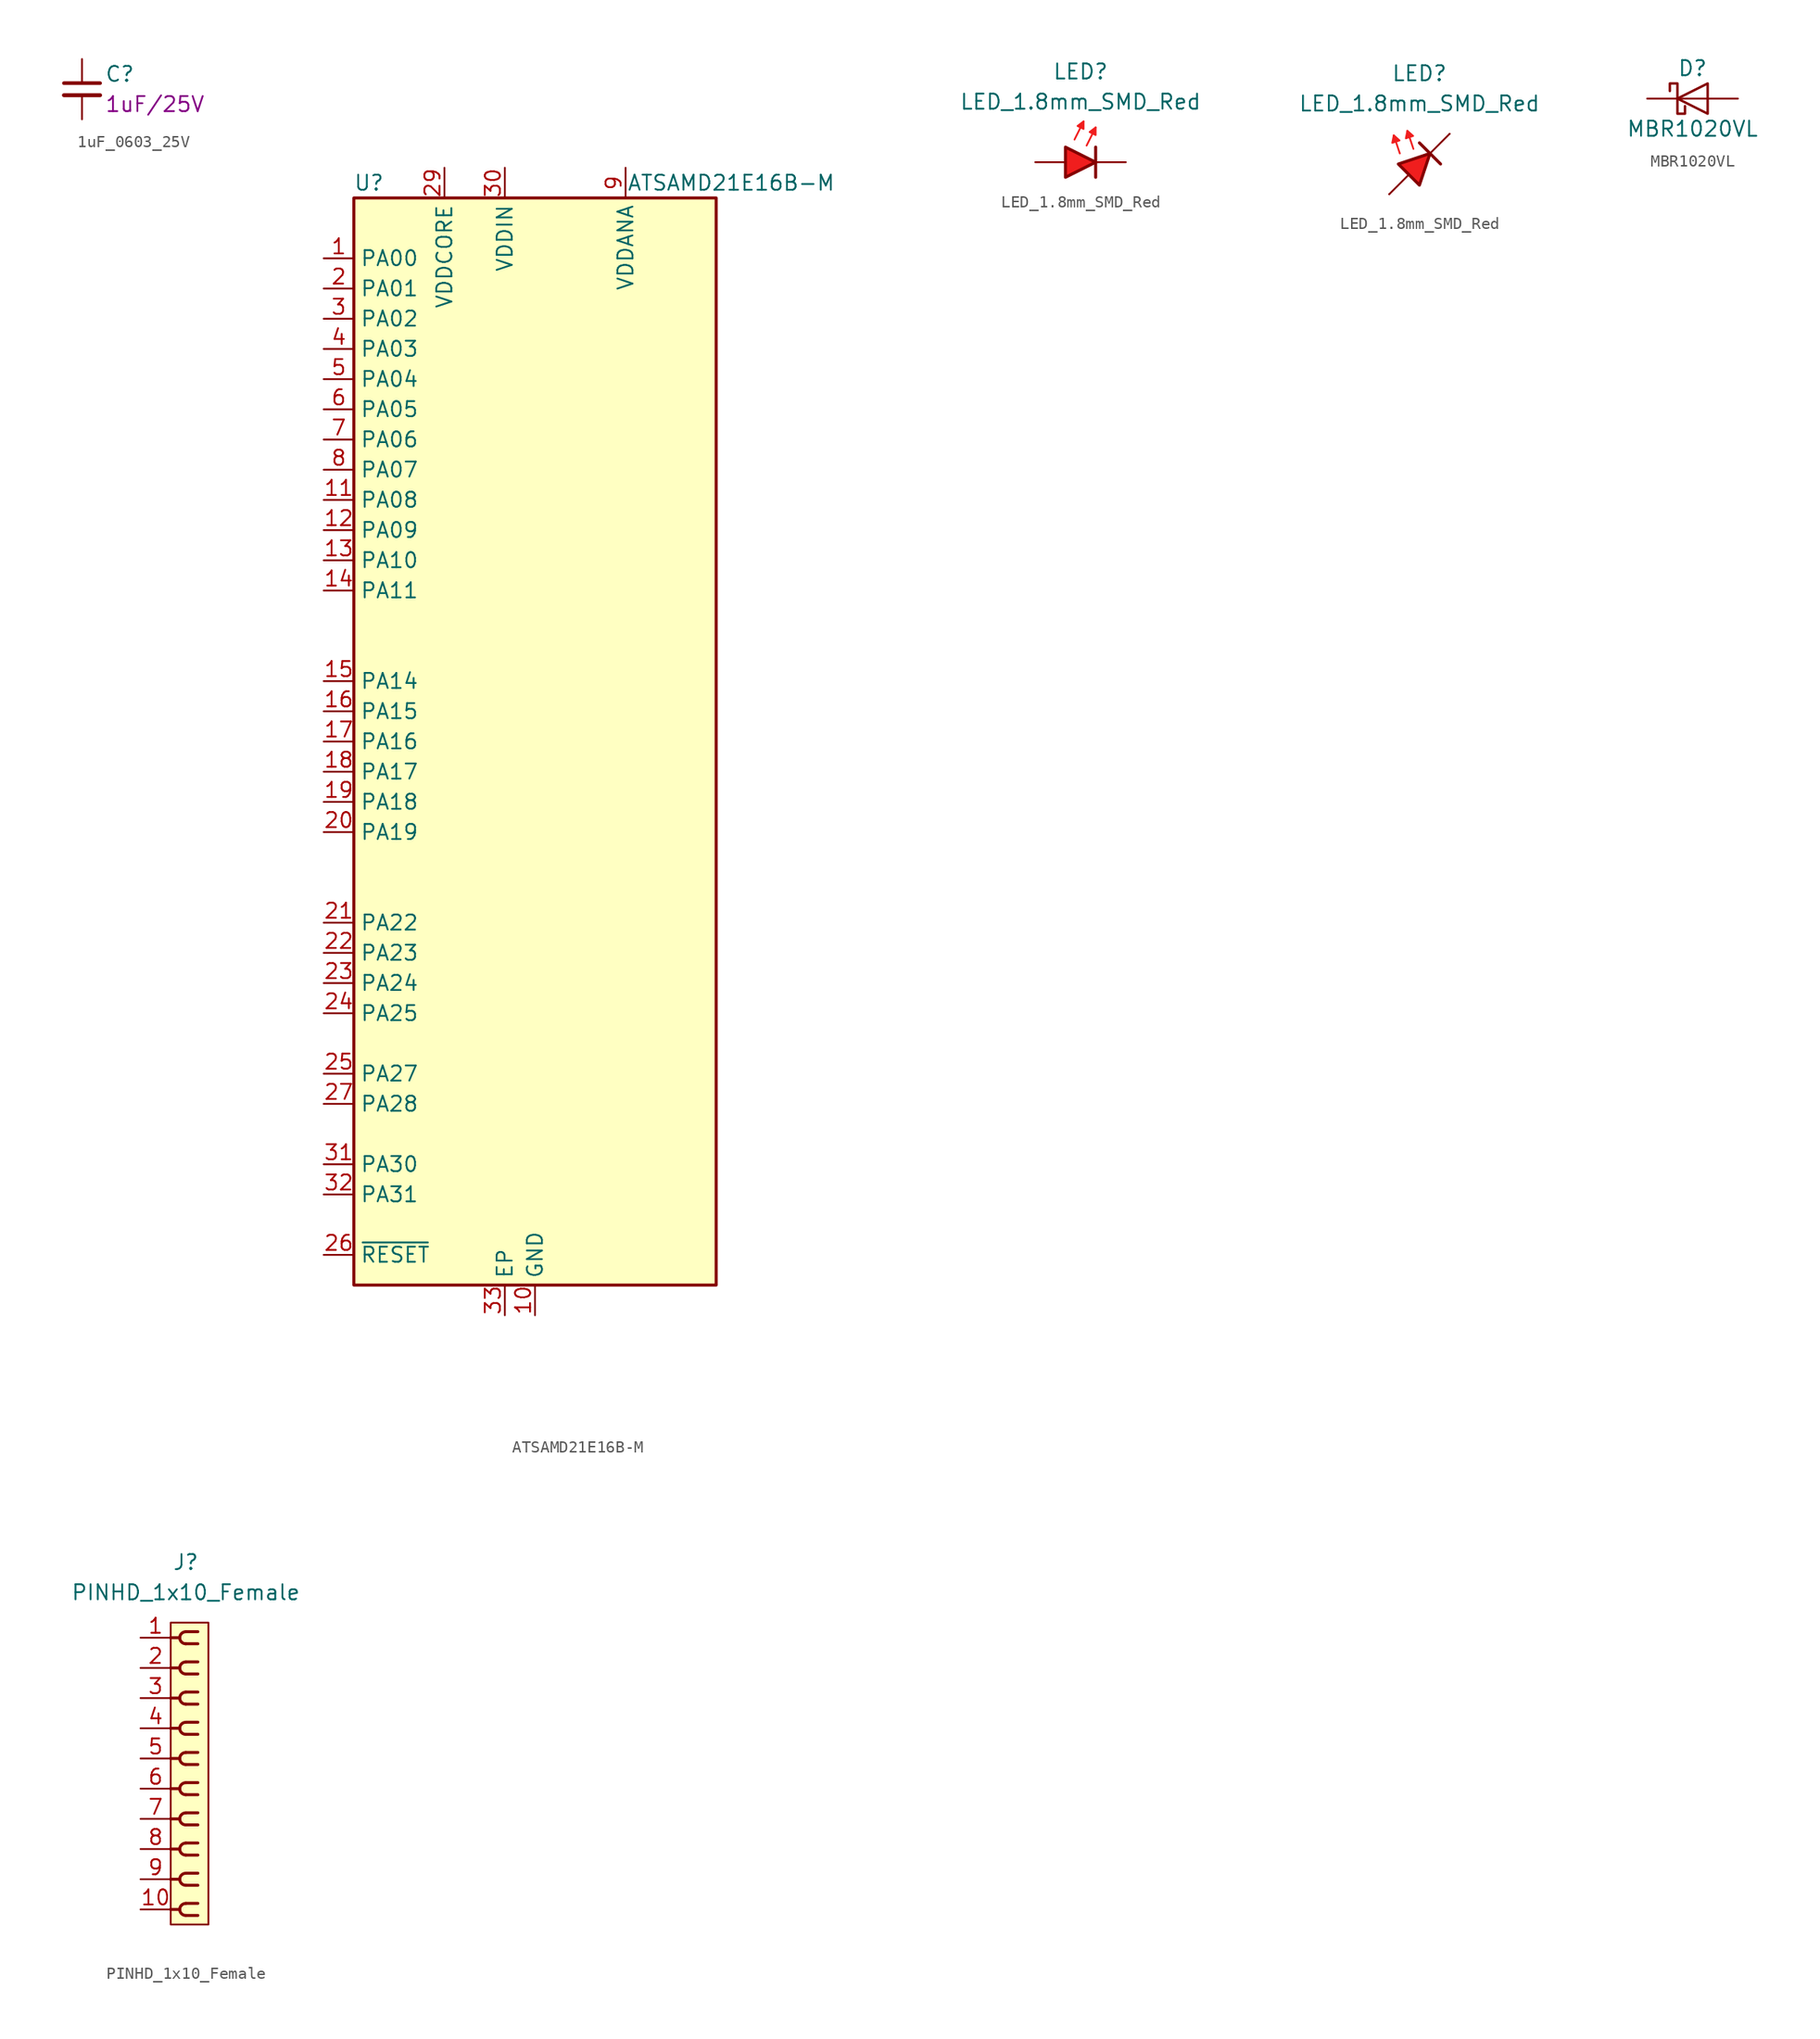
<source format=kicad_sym>
(kicad_symbol_lib
  (version 20241209)
  (generator "kicad_symbol_editor")
  (generator_version "9.0")
  (symbol "1uF_0603_25V"
    (pin_numbers
      (hide yes))
    (pin_names
      (offset 0.254)
      (hide yes))
    (property "Reference" "C"
      (at 1.905 1.27 0)
      (effects (font (size 1.27 1.27)) (justify left)))
    (property "Display" "1uF/25V"
      (at 1.905 -1.27 0)
      (effects (font (size 1.27 1.27)) (justify left)))
    (symbol "1uF_0603_25V_0_1"
      (polyline (pts (xy -1.524 0.508) (xy 1.524 0.508)) (stroke (width 0.305) (type default)) (fill (type none)))
      (polyline (pts (xy -1.524 -0.508) (xy 1.524 -0.508)) (stroke (width 0.33) (type default)) (fill (type none))))
    (symbol "1uF_0603_25V_1_1"
      (pin passive line (at 0 2.54 270) (length 2.032) (name "~" (effects (font (size 1.27 1.27)))) (number "1" (effects (font (size 1.27 1.27)))))
      (pin passive line (at 0 -2.54 90) (length 2.032) (name "~" (effects (font (size 1.27 1.27)))) (number "2" (effects (font (size 1.27 1.27)))))))
  (symbol "ATSAMD21E16B-M"
    (property "Reference" "U"
      (at -13.97 46.99 0)
      (effects (font (size 1.27 1.27))))
    (property "Value" "ATSAMD21E16B-M"
      (at 16.51 46.99 0)
      (effects (font (size 1.27 1.27))))
    (symbol "ATSAMD21E16B-M_1_1"
      (rectangle (start -15.24 45.72) (end 15.24 -45.72) (stroke (width 0.254) (type default)) (fill (type background)))
      (pin bidirectional line (at -17.78 40.64 0) (length 2.54) (name "PA00" (effects (font (size 1.27 1.27)))) (number "1" (effects (font (size 1.27 1.27)))))
      (pin bidirectional line (at -17.78 38.1 0) (length 2.54) (name "PA01" (effects (font (size 1.27 1.27)))) (number "2" (effects (font (size 1.27 1.27)))))
      (pin bidirectional line (at -17.78 35.56 0) (length 2.54) (name "PA02" (effects (font (size 1.27 1.27)))) (number "3" (effects (font (size 1.27 1.27)))))
      (pin bidirectional line (at -17.78 33.02 0) (length 2.54) (name "PA03" (effects (font (size 1.27 1.27)))) (number "4" (effects (font (size 1.27 1.27)))))
      (pin bidirectional line (at -17.78 30.48 0) (length 2.54) (name "PA04" (effects (font (size 1.27 1.27)))) (number "5" (effects (font (size 1.27 1.27)))))
      (pin bidirectional line (at -17.78 27.94 0) (length 2.54) (name "PA05" (effects (font (size 1.27 1.27)))) (number "6" (effects (font (size 1.27 1.27)))))
      (pin bidirectional line (at -17.78 25.4 0) (length 2.54) (name "PA06" (effects (font (size 1.27 1.27)))) (number "7" (effects (font (size 1.27 1.27)))))
      (pin bidirectional line (at -17.78 22.86 0) (length 2.54) (name "PA07" (effects (font (size 1.27 1.27)))) (number "8" (effects (font (size 1.27 1.27)))))
      (pin bidirectional line (at -17.78 20.32 0) (length 2.54) (name "PA08" (effects (font (size 1.27 1.27)))) (number "11" (effects (font (size 1.27 1.27)))))
      (pin bidirectional line (at -17.78 17.78 0) (length 2.54) (name "PA09" (effects (font (size 1.27 1.27)))) (number "12" (effects (font (size 1.27 1.27)))))
      (pin bidirectional line (at -17.78 15.24 0) (length 2.54) (name "PA10" (effects (font (size 1.27 1.27)))) (number "13" (effects (font (size 1.27 1.27)))))
      (pin bidirectional line (at -17.78 12.7 0) (length 2.54) (name "PA11" (effects (font (size 1.27 1.27)))) (number "14" (effects (font (size 1.27 1.27)))))
      (pin bidirectional line (at -17.78 5.08 0) (length 2.54) (name "PA14" (effects (font (size 1.27 1.27)))) (number "15" (effects (font (size 1.27 1.27)))))
      (pin bidirectional line (at -17.78 2.54 0) (length 2.54) (name "PA15" (effects (font (size 1.27 1.27)))) (number "16" (effects (font (size 1.27 1.27)))))
      (pin bidirectional line (at -17.78 0 0) (length 2.54) (name "PA16" (effects (font (size 1.27 1.27)))) (number "17" (effects (font (size 1.27 1.27)))))
      (pin bidirectional line (at -17.78 -2.54 0) (length 2.54) (name "PA17" (effects (font (size 1.27 1.27)))) (number "18" (effects (font (size 1.27 1.27)))))
      (pin bidirectional line (at -17.78 -5.08 0) (length 2.54) (name "PA18" (effects (font (size 1.27 1.27)))) (number "19" (effects (font (size 1.27 1.27)))))
      (pin bidirectional line (at -17.78 -7.62 0) (length 2.54) (name "PA19" (effects (font (size 1.27 1.27)))) (number "20" (effects (font (size 1.27 1.27)))))
      (pin bidirectional line (at -17.78 -15.24 0) (length 2.54) (name "PA22" (effects (font (size 1.27 1.27)))) (number "21" (effects (font (size 1.27 1.27)))))
      (pin bidirectional line (at -17.78 -17.78 0) (length 2.54) (name "PA23" (effects (font (size 1.27 1.27)))) (number "22" (effects (font (size 1.27 1.27)))))
      (pin bidirectional line (at -17.78 -20.32 0) (length 2.54) (name "PA24" (effects (font (size 1.27 1.27)))) (number "23" (effects (font (size 1.27 1.27)))))
      (pin bidirectional line (at -17.78 -22.86 0) (length 2.54) (name "PA25" (effects (font (size 1.27 1.27)))) (number "24" (effects (font (size 1.27 1.27)))))
      (pin bidirectional line (at -17.78 -27.94 0) (length 2.54) (name "PA27" (effects (font (size 1.27 1.27)))) (number "25" (effects (font (size 1.27 1.27)))))
      (pin bidirectional line (at -17.78 -30.48 0) (length 2.54) (name "PA28" (effects (font (size 1.27 1.27)))) (number "27" (effects (font (size 1.27 1.27)))))
      (pin bidirectional line (at -17.78 -35.56 0) (length 2.54) (name "PA30" (effects (font (size 1.27 1.27)))) (number "31" (effects (font (size 1.27 1.27)))))
      (pin bidirectional line (at -17.78 -38.1 0) (length 2.54) (name "PA31" (effects (font (size 1.27 1.27)))) (number "32" (effects (font (size 1.27 1.27)))))
      (pin input line (at -17.78 -43.18 0) (length 2.54) (name "~{RESET}" (effects (font (size 1.27 1.27)))) (number "26" (effects (font (size 1.27 1.27)))))
      (pin power_out line (at -7.62 48.26 270) (length 2.54) (name "VDDCORE" (effects (font (size 1.27 1.27)))) (number "29" (effects (font (size 1.27 1.27)))))
      (pin power_in line (at -2.54 48.26 270) (length 2.54) (name "VDDIN" (effects (font (size 1.27 1.27)))) (number "30" (effects (font (size 1.27 1.27)))))
      (pin passive line (at -2.54 -48.26 90) (length 2.54) (name "EP" (effects (font (size 1.27 1.27)))) (number "33" (effects (font (size 1.27 1.27)))))
      (pin power_in line (at 0 -48.26 90) (length 2.54) (name "GND" (effects (font (size 1.27 1.27)))) (number "10" (effects (font (size 1.27 1.27)))))
      (pin passive line (at 0 -48.26 90) (length 2.54) (hide yes) (name "GND" (effects (font (size 1.27 1.27)))) (number "28" (effects (font (size 1.27 1.27)))))
      (pin power_in line (at 7.62 48.26 270) (length 2.54) (name "VDDANA" (effects (font (size 1.27 1.27)))) (number "9" (effects (font (size 1.27 1.27)))))))
  (symbol "LED_1.8mm_SMD_Red"
    (pin_numbers
      (hide yes))
    (pin_names
      (offset 1.016)
      (hide yes))
    (property "Reference" "LED"
      (at 0 7.62 0)
      (effects (font (size 1.27 1.27))))
    (property "Value" "LED_1.8mm_SMD_Red"
      (at 0 5.08 0)
      (effects (font (size 1.27 1.27))))
    (symbol "LED_1.8mm_SMD_Red_0_1"
      (polyline (pts (xy -1.27 1.27) (xy -1.27 -1.27) (xy 1.27 0) (xy -1.27 1.27)) (stroke (width 0.254) (type default)) (fill (type color) (color 240 30 30 1)))
      (polyline (pts (xy -0.508 1.905) (xy 0.254 3.429)) (stroke (width 0.152) (type default) (color 240 30 30 1)) (fill (type none)))
      (polyline (pts (xy 0.254 2.794) (xy -0.254 3.048) (xy 0.254 3.429) (xy 0.254 2.794)) (stroke (width 0) (type solid) (color 240 30 30 1)) (fill (type outline)))
      (polyline (pts (xy 0.508 1.397) (xy 1.27 2.921)) (stroke (width 0.152) (type default) (color 240 30 30 1)) (fill (type none)))
      (polyline (pts (xy 1.27 2.286) (xy 0.762 2.54) (xy 1.27 2.921) (xy 1.27 2.286)) (stroke (width 0.152) (type default) (color 240 30 30 1)) (fill (type outline)))
      (polyline (pts (xy 1.27 1.27) (xy 1.27 -1.27)) (stroke (width 0.254) (type default)) (fill (type none))))
    (symbol "LED_1.8mm_SMD_Red_0_2"
      (polyline (pts (xy -2.54 -2.54) (xy -0.889 -0.889)) (stroke (width 0) (type default)) (fill (type none)))
      (polyline (pts (xy -1.651 0.889) (xy -2.159 2.413)) (stroke (width 0) (type default) (color 240 30 30 1)) (fill (type none)))
      (polyline (pts (xy -0.889 -0.889) (xy -1.778 0) (xy 0.889 0.889) (xy 0 -1.778) (xy -0.889 -0.889)) (stroke (width 0.254) (type default)) (fill (type color) (color 240 30 30 1)))
      (polyline (pts (xy -0.508 1.27) (xy -1.016 2.794)) (stroke (width 0) (type default) (color 240 30 30 1)) (fill (type none)))
      (polyline (pts (xy 0 1.778) (xy 1.778 0)) (stroke (width 0.254) (type default)) (fill (type none)))
      (polyline (pts (xy 0.889 0.889) (xy 2.54 2.54)) (stroke (width 0) (type default)) (fill (type none))))
    (symbol "LED_1.8mm_SMD_Red_1_1"
      (pin passive line (at -3.81 0 0) (length 2.54) (name "A" (effects (font (size 1.27 1.27)))) (number "2" (effects (font (size 1.27 1.27)))))
      (pin passive line (at 3.81 0 180) (length 2.54) (name "K" (effects (font (size 1.27 1.27)))) (number "1" (effects (font (size 1.27 1.27))))))
    (symbol "LED_1.8mm_SMD_Red_1_2"
      (polyline (pts (xy -2.159 2.413) (xy -2.286 1.778) (xy -1.676 1.981) (xy -2.159 2.413)) (stroke (width 0) (type default) (color 240 30 30 1)) (fill (type outline)))
      (polyline (pts (xy -1.016 2.794) (xy -1.143 2.159) (xy -0.533 2.362) (xy -1.016 2.794)) (stroke (width 0) (type default) (color 240 30 30 1)) (fill (type outline)))
      (pin passive line (at -2.54 -2.54 0) (length 0) (name "A" (effects (font (size 1.27 1.27)))) (number "2" (effects (font (size 1.27 1.27)))))
      (pin passive line (at 2.54 2.54 180) (length 0) (name "K" (effects (font (size 1.27 1.27)))) (number "1" (effects (font (size 1.27 1.27)))))))
  (symbol "MBR1020VL"
    (pin_numbers
      (hide yes))
    (pin_names
      (hide yes))
    (property "Reference" "D"
      (at 0 2.54 0)
      (effects (font (size 1.27 1.27))))
    (property "Value" "MBR1020VL"
      (at 0 -2.54 0)
      (effects (font (size 1.27 1.27))))
    (symbol "MBR1020VL_0_1"
      (polyline (pts (xy -1.905 0.635) (xy -1.905 1.27) (xy -1.27 1.27) (xy -1.27 -1.27) (xy -0.635 -1.27) (xy -0.635 -0.635)) (stroke (width 0.203) (type default)) (fill (type none)))
      (polyline (pts (xy 1.27 1.27) (xy 1.27 -1.27) (xy -1.27 0) (xy 1.27 1.27)) (stroke (width 0.203) (type default)) (fill (type none)))
      (polyline (pts (xy 1.27 0) (xy -1.27 0)) (stroke (width 0) (type default)) (fill (type none))))
    (symbol "MBR1020VL_1_1"
      (pin passive line (at -3.81 0 0) (length 2.54) (name "K" (effects (font (size 1.27 1.27)))) (number "1" (effects (font (size 1.27 1.27)))))
      (pin passive line (at 3.81 0 180) (length 2.54) (name "A" (effects (font (size 1.27 1.27)))) (number "2" (effects (font (size 1.27 1.27)))))))
  (symbol "PINHD_1x10_Female"
    (property "Reference" "J"
      (at 0 17.78 0)
      (effects (font (size 1.27 1.27))))
    (property "Value" "PINHD_1x10_Female"
      (at 0 15.24 0)
      (effects (font (size 1.27 1.27))))
    (symbol "PINHD_1x10_Female_0_1"
      (rectangle (start -1.27 12.7) (end 1.905 -12.7) (stroke (width 0) (type default)) (fill (type background)))
      (polyline (pts (xy -1.27 11.43) (xy -0.508 11.43)) (stroke (width 0.25) (type default)) (fill (type none)))
      (polyline (pts (xy -1.27 8.89) (xy -0.508 8.89)) (stroke (width 0.25) (type default)) (fill (type none)))
      (polyline (pts (xy -1.27 6.35) (xy -0.508 6.35)) (stroke (width 0.25) (type default)) (fill (type none)))
      (polyline (pts (xy -1.27 3.81) (xy -0.508 3.81)) (stroke (width 0.25) (type default)) (fill (type none)))
      (polyline (pts (xy -1.27 1.27) (xy -0.508 1.27)) (stroke (width 0.25) (type default)) (fill (type none)))
      (polyline (pts (xy -1.27 -1.27) (xy -0.508 -1.27)) (stroke (width 0.25) (type default)) (fill (type none)))
      (polyline (pts (xy -1.27 -3.81) (xy -0.508 -3.81)) (stroke (width 0.25) (type default)) (fill (type none)))
      (polyline (pts (xy -1.27 -6.35) (xy -0.508 -6.35)) (stroke (width 0.25) (type default)) (fill (type none)))
      (polyline (pts (xy -1.27 -8.89) (xy -0.508 -8.89)) (stroke (width 0.25) (type default)) (fill (type none)))
      (polyline (pts (xy -1.27 -11.43) (xy -0.508 -11.43)) (stroke (width 0.25) (type default)) (fill (type none)))
      (polyline (pts (xy 0 11.938) (xy 1.016 11.938)) (stroke (width 0.25) (type default)) (fill (type none)))
      (arc (start -0.508 11.43) (mid -0.3592 11.7892) (end 0 11.938) (stroke (width 0.25) (type default)) (fill (type none)))
      (arc (start 0 10.922) (mid -0.3592 11.0708) (end -0.508 11.43) (stroke (width 0.25) (type default)) (fill (type none)))
      (polyline (pts (xy 0 10.922) (xy 1.016 10.922)) (stroke (width 0.25) (type default)) (fill (type none)))
      (polyline (pts (xy 0 9.398) (xy 1.016 9.398)) (stroke (width 0.25) (type default)) (fill (type none)))
      (arc (start -0.508 8.89) (mid -0.3592 9.2492) (end 0 9.398) (stroke (width 0.25) (type default)) (fill (type none)))
      (arc (start 0 8.382) (mid -0.3592 8.5308) (end -0.508 8.89) (stroke (width 0.25) (type default)) (fill (type none)))
      (polyline (pts (xy 0 8.382) (xy 1.016 8.382)) (stroke (width 0.25) (type default)) (fill (type none)))
      (polyline (pts (xy 0 6.858) (xy 1.016 6.858)) (stroke (width 0.25) (type default)) (fill (type none)))
      (arc (start -0.508 6.35) (mid -0.3592 6.7092) (end 0 6.858) (stroke (width 0.25) (type default)) (fill (type none)))
      (arc (start 0 5.842) (mid -0.3592 5.9908) (end -0.508 6.35) (stroke (width 0.25) (type default)) (fill (type none)))
      (polyline (pts (xy 0 5.842) (xy 1.016 5.842)) (stroke (width 0.25) (type default)) (fill (type none)))
      (polyline (pts (xy 0 4.318) (xy 1.016 4.318)) (stroke (width 0.25) (type default)) (fill (type none)))
      (arc (start -0.508 3.81) (mid -0.3592 4.1692) (end 0 4.318) (stroke (width 0.25) (type default)) (fill (type none)))
      (arc (start 0 3.302) (mid -0.3592 3.4508) (end -0.508 3.81) (stroke (width 0.25) (type default)) (fill (type none)))
      (polyline (pts (xy 0 3.302) (xy 1.016 3.302)) (stroke (width 0.25) (type default)) (fill (type none)))
      (polyline (pts (xy 0 1.778) (xy 1.016 1.778)) (stroke (width 0.25) (type default)) (fill (type none)))
      (arc (start -0.508 1.27) (mid -0.3592 1.6292) (end 0 1.778) (stroke (width 0.25) (type default)) (fill (type none)))
      (arc (start 0 0.762) (mid -0.3592 0.9108) (end -0.508 1.27) (stroke (width 0.25) (type default)) (fill (type none)))
      (polyline (pts (xy 0 0.762) (xy 1.016 0.762)) (stroke (width 0.25) (type default)) (fill (type none)))
      (polyline (pts (xy 0 -0.762) (xy 1.016 -0.762)) (stroke (width 0.25) (type default)) (fill (type none)))
      (arc (start -0.508 -1.27) (mid -0.3592 -0.9108) (end 0 -0.762) (stroke (width 0.25) (type default)) (fill (type none)))
      (arc (start 0 -1.778) (mid -0.3592 -1.6292) (end -0.508 -1.27) (stroke (width 0.25) (type default)) (fill (type none)))
      (polyline (pts (xy 0 -1.778) (xy 1.016 -1.778)) (stroke (width 0.25) (type default)) (fill (type none)))
      (polyline (pts (xy 0 -3.302) (xy 1.016 -3.302)) (stroke (width 0.25) (type default)) (fill (type none)))
      (arc (start -0.508 -3.81) (mid -0.3592 -3.4508) (end 0 -3.302) (stroke (width 0.25) (type default)) (fill (type none)))
      (arc (start 0 -4.318) (mid -0.3592 -4.1692) (end -0.508 -3.81) (stroke (width 0.25) (type default)) (fill (type none)))
      (polyline (pts (xy 0 -4.318) (xy 1.016 -4.318)) (stroke (width 0.25) (type default)) (fill (type none)))
      (polyline (pts (xy 0 -5.842) (xy 1.016 -5.842)) (stroke (width 0.25) (type default)) (fill (type none)))
      (arc (start -0.508 -6.35) (mid -0.3592 -5.9908) (end 0 -5.842) (stroke (width 0.25) (type default)) (fill (type none)))
      (arc (start 0 -6.858) (mid -0.3592 -6.7092) (end -0.508 -6.35) (stroke (width 0.25) (type default)) (fill (type none)))
      (polyline (pts (xy 0 -6.858) (xy 1.016 -6.858)) (stroke (width 0.25) (type default)) (fill (type none)))
      (polyline (pts (xy 0 -8.382) (xy 1.016 -8.382)) (stroke (width 0.25) (type default)) (fill (type none)))
      (arc (start -0.508 -8.89) (mid -0.3592 -8.5308) (end 0 -8.382) (stroke (width 0.25) (type default)) (fill (type none)))
      (arc (start 0 -9.398) (mid -0.3592 -9.2492) (end -0.508 -8.89) (stroke (width 0.25) (type default)) (fill (type none)))
      (polyline (pts (xy 0 -9.398) (xy 1.016 -9.398)) (stroke (width 0.25) (type default)) (fill (type none)))
      (polyline (pts (xy 0 -10.922) (xy 1.016 -10.922)) (stroke (width 0.25) (type default)) (fill (type none)))
      (arc (start -0.508 -11.43) (mid -0.3592 -11.0708) (end 0 -10.922) (stroke (width 0.25) (type default)) (fill (type none)))
      (arc (start 0 -11.938) (mid -0.3592 -11.7892) (end -0.508 -11.43) (stroke (width 0.25) (type default)) (fill (type none)))
      (polyline (pts (xy 0 -11.938) (xy 1.016 -11.938)) (stroke (width 0.25) (type default)) (fill (type none))))
    (symbol "PINHD_1x10_Female_1_1"
      (pin passive line (at -3.81 11.43 0) (length 2.54) (name "" (effects (font (size 1.27 1.27)))) (number "1" (effects (font (size 1.27 1.27)))))
      (pin passive line (at -3.81 8.89 0) (length 2.54) (name "" (effects (font (size 1.27 1.27)))) (number "2" (effects (font (size 1.27 1.27)))))
      (pin passive line (at -3.81 6.35 0) (length 2.54) (name "" (effects (font (size 1.27 1.27)))) (number "3" (effects (font (size 1.27 1.27)))))
      (pin passive line (at -3.81 3.81 0) (length 2.54) (name "" (effects (font (size 1.27 1.27)))) (number "4" (effects (font (size 1.27 1.27)))))
      (pin passive line (at -3.81 1.27 0) (length 2.54) (name "" (effects (font (size 1.27 1.27)))) (number "5" (effects (font (size 1.27 1.27)))))
      (pin passive line (at -3.81 -1.27 0) (length 2.54) (name "" (effects (font (size 1.27 1.27)))) (number "6" (effects (font (size 1.27 1.27)))))
      (pin passive line (at -3.81 -3.81 0) (length 2.54) (name "" (effects (font (size 1.27 1.27)))) (number "7" (effects (font (size 1.27 1.27)))))
      (pin passive line (at -3.81 -6.35 0) (length 2.54) (name "" (effects (font (size 1.27 1.27)))) (number "8" (effects (font (size 1.27 1.27)))))
      (pin passive line (at -3.81 -8.89 0) (length 2.54) (name "" (effects (font (size 1.27 1.27)))) (number "9" (effects (font (size 1.27 1.27)))))
      (pin passive line (at -3.81 -11.43 0) (length 2.54) (name "" (effects (font (size 1.27 1.27)))) (number "10" (effects (font (size 1.27 1.27))))))))
</source>
